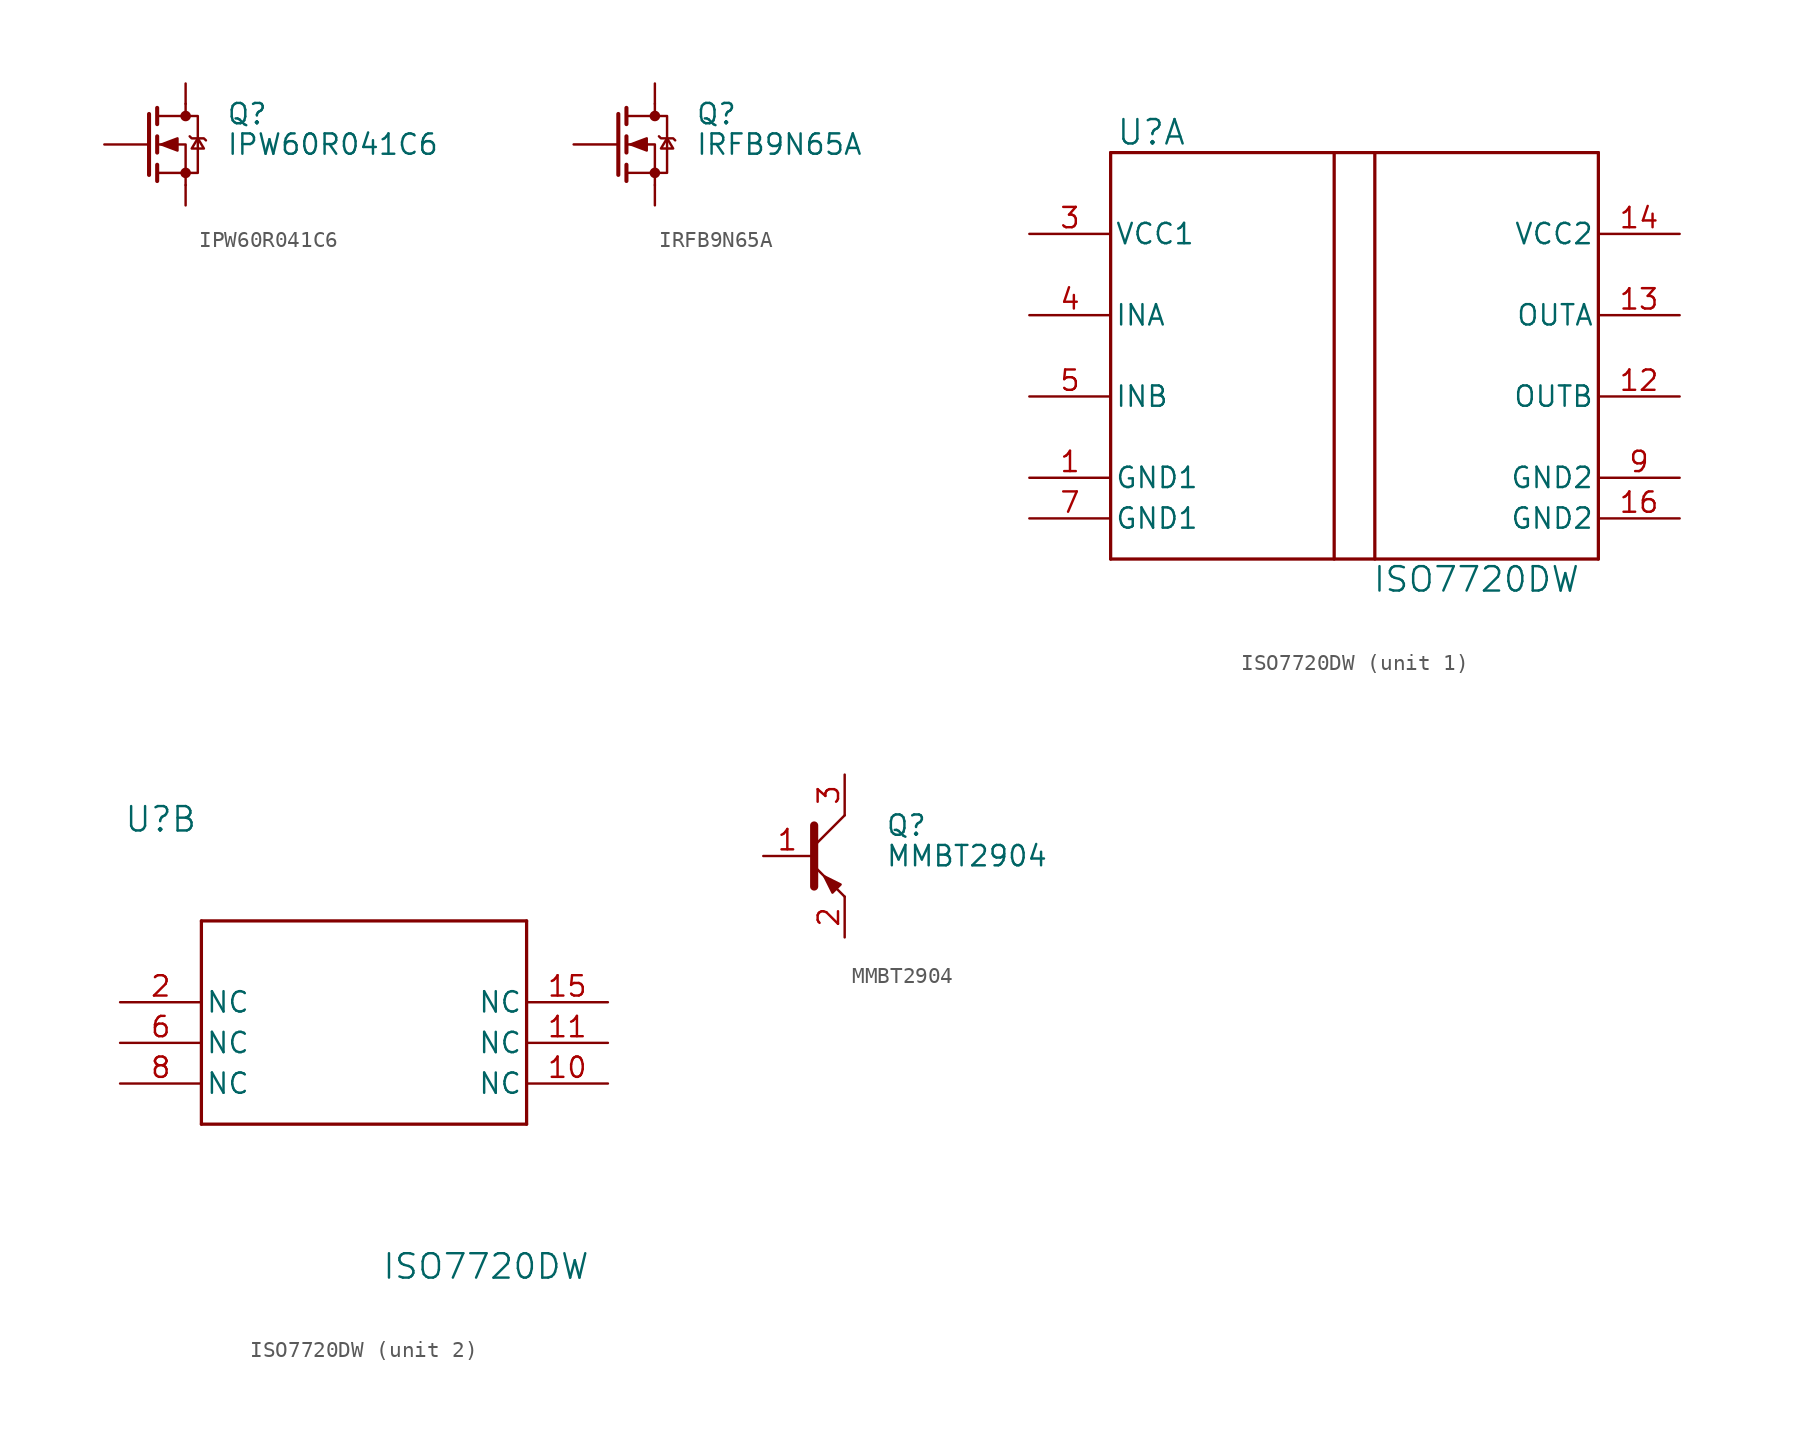
<source format=kicad_sym>
(kicad_symbol_lib
  (version 20220914)
  (generator kicad_symbol_editor)
  (symbol "IPW60R041C6"
    (pin_names hide)
    (property "Reference" "Q"
      (at 5.08 1.905 0)
      (effects (font (size 1.27 1.27)) (justify left)))
    (property "Value" "IPW60R041C6"
      (at 5.08 0 0)
      (effects (font (size 1.27 1.27)) (justify left)))
    (symbol "IPW60R041C6_0_1"
      (polyline (pts (xy 0.254 0) (xy -2.54 0)) (stroke (width 0) (type default)) (fill (type none)))
      (polyline (pts (xy 0.254 1.905) (xy 0.254 -1.905)) (stroke (width 0.254) (type default)) (fill (type none)))
      (polyline (pts (xy 0.762 -1.27) (xy 0.762 -2.286)) (stroke (width 0.254) (type default)) (fill (type none)))
      (polyline (pts (xy 0.762 0.508) (xy 0.762 -0.508)) (stroke (width 0.254) (type default)) (fill (type none)))
      (polyline (pts (xy 0.762 2.286) (xy 0.762 1.27)) (stroke (width 0.254) (type default)) (fill (type none)))
      (polyline (pts (xy 2.54 -3.81) (xy 2.54 -2.54)) (stroke (width 0) (type default)) (fill (type none)))
      (polyline (pts (xy 2.54 2.54) (xy 2.54 1.778)) (stroke (width 0) (type default)) (fill (type none)))
      (polyline (pts (xy 2.54 2.54) (xy 2.54 3.81)) (stroke (width 0) (type default)) (fill (type none)))
      (polyline (pts (xy 2.54 -2.54) (xy 2.54 0) (xy 0.762 0)) (stroke (width 0) (type default)) (fill (type none)))
      (polyline (pts (xy 0.762 -1.778) (xy 3.302 -1.778) (xy 3.302 1.778) (xy 0.762 1.778)) (stroke (width 0) (type default)) (fill (type none)))
      (polyline (pts (xy 1.016 0) (xy 2.032 0.381) (xy 2.032 -0.381) (xy 1.016 0)) (stroke (width 0) (type default)) (fill (type outline)))
      (polyline (pts (xy 2.794 0.508) (xy 2.921 0.381) (xy 3.683 0.381) (xy 3.81 0.254)) (stroke (width 0) (type default)) (fill (type none)))
      (polyline (pts (xy 3.302 0.381) (xy 2.921 -0.254) (xy 3.683 -0.254) (xy 3.302 0.381)) (stroke (width 0) (type default)) (fill (type none)))
      (circle (center 2.54 -1.778) (radius 0.254) (stroke (width 0) (type default)) (fill (type outline)))
      (circle (center 2.54 1.778) (radius 0.254) (stroke (width 0) (type default)) (fill (type outline))))
    (symbol "IPW60R041C6_1_1"
      (pin input line (at -2.54 0 0) (length 2.54) hide (name "G" (effects (font (size 1.27 1.27)))) (number "1" (effects (font (size 1.27 1.27)))))
      (pin passive line (at 2.54 3.81 270) (length 2.54) hide (name "D" (effects (font (size 1.27 1.27)))) (number "2" (effects (font (size 1.27 1.27)))))
      (pin passive line (at 2.54 -3.81 90) (length 2.54) hide (name "S" (effects (font (size 1.27 1.27)))) (number "3" (effects (font (size 1.27 1.27)))))))
  (symbol "IRFB9N65A"
    (pin_names hide)
    (property "Reference" "Q"
      (at 5.08 1.905 0)
      (effects (font (size 1.27 1.27)) (justify left)))
    (property "Value" "IRFB9N65A"
      (at 5.08 0 0)
      (effects (font (size 1.27 1.27)) (justify left)))
    (symbol "IRFB9N65A_0_1"
      (polyline (pts (xy 0.254 0) (xy -2.54 0)) (stroke (width 0) (type default)) (fill (type none)))
      (polyline (pts (xy 0.254 1.905) (xy 0.254 -1.905)) (stroke (width 0.254) (type default)) (fill (type none)))
      (polyline (pts (xy 0.762 -1.27) (xy 0.762 -2.286)) (stroke (width 0.254) (type default)) (fill (type none)))
      (polyline (pts (xy 0.762 0.508) (xy 0.762 -0.508)) (stroke (width 0.254) (type default)) (fill (type none)))
      (polyline (pts (xy 0.762 2.286) (xy 0.762 1.27)) (stroke (width 0.254) (type default)) (fill (type none)))
      (polyline (pts (xy 2.54 -3.81) (xy 2.54 -2.54)) (stroke (width 0) (type default)) (fill (type none)))
      (polyline (pts (xy 2.54 2.54) (xy 2.54 1.778)) (stroke (width 0) (type default)) (fill (type none)))
      (polyline (pts (xy 2.54 2.54) (xy 2.54 3.81)) (stroke (width 0) (type default)) (fill (type none)))
      (polyline (pts (xy 2.54 -2.54) (xy 2.54 0) (xy 0.762 0)) (stroke (width 0) (type default)) (fill (type none)))
      (polyline (pts (xy 0.762 -1.778) (xy 3.302 -1.778) (xy 3.302 1.778) (xy 0.762 1.778)) (stroke (width 0) (type default)) (fill (type none)))
      (polyline (pts (xy 1.016 0) (xy 2.032 0.381) (xy 2.032 -0.381) (xy 1.016 0)) (stroke (width 0) (type default)) (fill (type outline)))
      (polyline (pts (xy 2.794 0.508) (xy 2.921 0.381) (xy 3.683 0.381) (xy 3.81 0.254)) (stroke (width 0) (type default)) (fill (type none)))
      (polyline (pts (xy 3.302 0.381) (xy 2.921 -0.254) (xy 3.683 -0.254) (xy 3.302 0.381)) (stroke (width 0) (type default)) (fill (type none)))
      (circle (center 2.54 -1.778) (radius 0.254) (stroke (width 0) (type default)) (fill (type outline)))
      (circle (center 2.54 1.778) (radius 0.254) (stroke (width 0) (type default)) (fill (type outline))))
    (symbol "IRFB9N65A_1_1"
      (pin input line (at -2.54 0 0) (length 2.54) hide (name "G" (effects (font (size 1.27 1.27)))) (number "1" (effects (font (size 1.27 1.27)))))
      (pin passive line (at 2.54 3.81 270) (length 2.54) hide (name "D" (effects (font (size 1.27 1.27)))) (number "2" (effects (font (size 1.27 1.27)))))
      (pin passive line (at 2.54 -3.81 90) (length 2.54) hide (name "S" (effects (font (size 1.27 1.27)))) (number "3" (effects (font (size 1.27 1.27)))))))
  (symbol "ISO7720DW"
    (pin_names
      (offset 0.254))
    (property "Reference" "U"
      (at -12.7 13.97 0)
      (effects (font (size 1.524 1.524))))
    (property "Value" "ISO7720DW"
      (at 7.62 -13.97 0)
      (effects (font (size 1.524 1.524))))
    (property "ki_locked" ""
      (at 0 0 0)
      (effects (font (size 1.27 1.27))))
    (symbol "ISO7720DW_1_1"
      (polyline (pts (xy -15.24 -12.7) (xy 15.24 -12.7)) (stroke (width 0.203) (type default)) (fill (type none)))
      (polyline (pts (xy -15.24 12.7) (xy -15.24 -12.7)) (stroke (width 0.203) (type default)) (fill (type none)))
      (polyline (pts (xy -1.27 -12.7) (xy -1.27 12.7)) (stroke (width 0.203) (type default)) (fill (type none)))
      (polyline (pts (xy 1.27 -12.7) (xy 1.27 12.7)) (stroke (width 0.203) (type default)) (fill (type none)))
      (polyline (pts (xy 15.24 -12.7) (xy 15.24 12.7)) (stroke (width 0.203) (type default)) (fill (type none)))
      (polyline (pts (xy 15.24 12.7) (xy -15.24 12.7)) (stroke (width 0.203) (type default)) (fill (type none)))
      (pin power_in line (at -20.32 -7.62 0) (length 5.08) (name "GND1" (effects (font (size 1.27 1.27)))) (number "1" (effects (font (size 1.27 1.27)))))
      (pin output line (at 20.32 -2.54 180) (length 5.08) (name "OUTB" (effects (font (size 1.27 1.27)))) (number "12" (effects (font (size 1.27 1.27)))))
      (pin output line (at 20.32 2.54 180) (length 5.08) (name "OUTA" (effects (font (size 1.27 1.27)))) (number "13" (effects (font (size 1.27 1.27)))))
      (pin power_in line (at 20.32 7.62 180) (length 5.08) (name "VCC2" (effects (font (size 1.27 1.27)))) (number "14" (effects (font (size 1.27 1.27)))))
      (pin power_in line (at 20.32 -10.16 180) (length 5.08) (name "GND2" (effects (font (size 1.27 1.27)))) (number "16" (effects (font (size 1.27 1.27)))))
      (pin power_in line (at -20.32 7.62 0) (length 5.08) (name "VCC1" (effects (font (size 1.27 1.27)))) (number "3" (effects (font (size 1.27 1.27)))))
      (pin input line (at -20.32 2.54 0) (length 5.08) (name "INA" (effects (font (size 1.27 1.27)))) (number "4" (effects (font (size 1.27 1.27)))))
      (pin input line (at -20.32 -2.54 0) (length 5.08) (name "INB" (effects (font (size 1.27 1.27)))) (number "5" (effects (font (size 1.27 1.27)))))
      (pin power_in line (at -20.32 -10.16 0) (length 5.08) (name "GND1" (effects (font (size 1.27 1.27)))) (number "7" (effects (font (size 1.27 1.27)))))
      (pin power_in line (at 20.32 -7.62 180) (length 5.08) (name "GND2" (effects (font (size 1.27 1.27)))) (number "9" (effects (font (size 1.27 1.27))))))
    (symbol "ISO7720DW_2_1"
      (polyline (pts (xy -10.16 -5.08) (xy 10.16 -5.08)) (stroke (width 0.203) (type default)) (fill (type none)))
      (polyline (pts (xy -10.16 7.62) (xy -10.16 -5.08)) (stroke (width 0.203) (type default)) (fill (type none)))
      (polyline (pts (xy 10.16 -5.08) (xy 10.16 7.62)) (stroke (width 0.203) (type default)) (fill (type none)))
      (polyline (pts (xy 10.16 7.62) (xy -10.16 7.62)) (stroke (width 0.203) (type default)) (fill (type none)))
      (pin unspecified line (at 15.24 -2.54 180) (length 5.08) (name "NC" (effects (font (size 1.27 1.27)))) (number "10" (effects (font (size 1.27 1.27)))))
      (pin unspecified line (at 15.24 0 180) (length 5.08) (name "NC" (effects (font (size 1.27 1.27)))) (number "11" (effects (font (size 1.27 1.27)))))
      (pin unspecified line (at 15.24 2.54 180) (length 5.08) (name "NC" (effects (font (size 1.27 1.27)))) (number "15" (effects (font (size 1.27 1.27)))))
      (pin unspecified line (at -15.24 2.54 0) (length 5.08) (name "NC" (effects (font (size 1.27 1.27)))) (number "2" (effects (font (size 1.27 1.27)))))
      (pin unspecified line (at -15.24 0 0) (length 5.08) (name "NC" (effects (font (size 1.27 1.27)))) (number "6" (effects (font (size 1.27 1.27)))))
      (pin unspecified line (at -15.24 -2.54 0) (length 5.08) (name "NC" (effects (font (size 1.27 1.27)))) (number "8" (effects (font (size 1.27 1.27)))))))
  (symbol "MMBT2904"
    (pin_names
      (offset 0) hide)
    (property "Reference" "Q"
      (at 5.08 1.905 0)
      (effects (font (size 1.27 1.27)) (justify left)))
    (property "Value" "MMBT2904"
      (at 5.08 0 0)
      (effects (font (size 1.27 1.27)) (justify left)))
    (symbol "MMBT2904_0_1"
      (polyline (pts (xy 0.635 0.635) (xy 2.54 2.54)) (stroke (width 0) (type default)) (fill (type none)))
      (polyline (pts (xy 0.635 -0.635) (xy 2.54 -2.54) (xy 2.54 -2.54)) (stroke (width 0) (type default)) (fill (type none)))
      (polyline (pts (xy 0.635 1.905) (xy 0.635 -1.905) (xy 0.635 -1.905)) (stroke (width 0.508) (type default)) (fill (type none)))
      (polyline (pts (xy 2.286 -1.778) (xy 1.778 -2.286) (xy 1.27 -1.27) (xy 2.286 -1.778) (xy 2.286 -1.778)) (stroke (width 0) (type default)) (fill (type outline))))
    (symbol "MMBT2904_1_1"
      (pin input line (at -2.54 0 0) (length 3) (name "B" (effects (font (size 1.27 1.27)))) (number "1" (effects (font (size 1.27 1.27)))))
      (pin passive line (at 2.54 -5.08 90) (length 2.54) (name "E" (effects (font (size 1.27 1.27)))) (number "2" (effects (font (size 1.27 1.27)))))
      (pin passive line (at 2.54 5.08 270) (length 2.54) (name "C" (effects (font (size 1.27 1.27)))) (number "3" (effects (font (size 1.27 1.27))))))))
</source>
